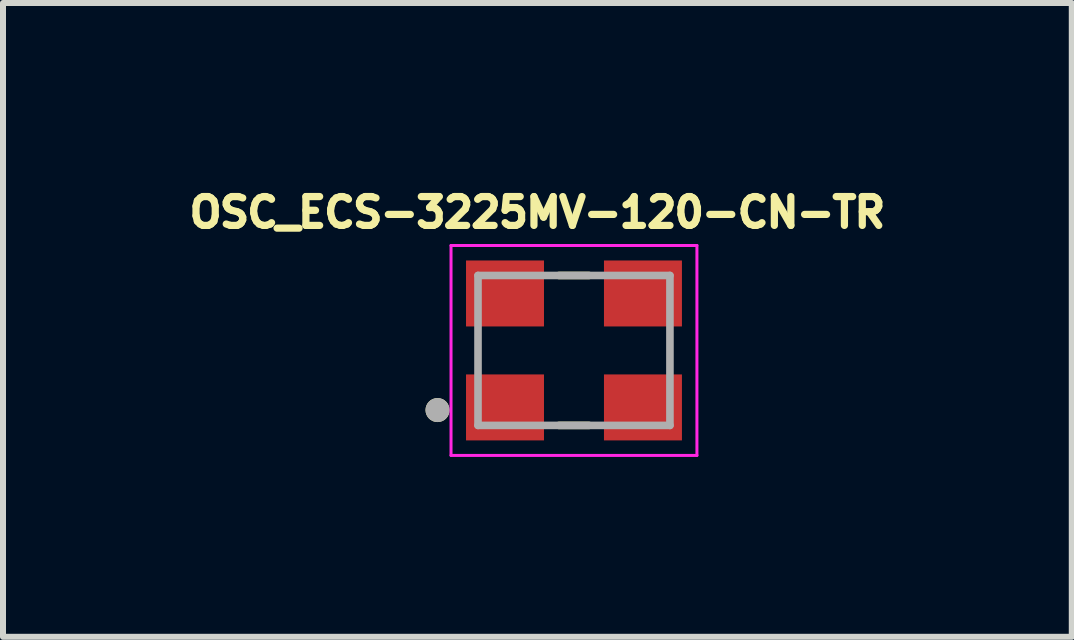
<source format=kicad_pcb>
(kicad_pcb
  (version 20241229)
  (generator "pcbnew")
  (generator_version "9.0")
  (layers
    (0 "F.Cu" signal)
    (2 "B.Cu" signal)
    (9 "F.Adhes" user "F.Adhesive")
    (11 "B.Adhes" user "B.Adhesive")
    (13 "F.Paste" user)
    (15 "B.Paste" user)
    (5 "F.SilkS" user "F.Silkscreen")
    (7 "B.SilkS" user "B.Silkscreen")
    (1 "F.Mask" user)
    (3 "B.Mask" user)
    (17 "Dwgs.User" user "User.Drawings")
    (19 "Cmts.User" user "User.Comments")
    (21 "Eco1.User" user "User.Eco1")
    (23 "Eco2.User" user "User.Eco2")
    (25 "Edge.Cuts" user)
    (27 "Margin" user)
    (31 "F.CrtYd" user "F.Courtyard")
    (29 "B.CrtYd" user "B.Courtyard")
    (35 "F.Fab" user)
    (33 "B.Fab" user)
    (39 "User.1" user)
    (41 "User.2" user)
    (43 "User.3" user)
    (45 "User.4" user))
  (footprint "OSC_ECS-3225MV-120-CN-TR"
    (layer "F.Cu")
    (at 6.52 2.793)
    (property "Reference" "OSC_ECS-3225MV-120-CN-TR" (at -0.61 -2.301 0) (layer "F.SilkS") (effects (font (size 0.481 0.481) (thickness 0.15))))
    (attr smd)
    (fp_line (start -0.25 -1.25) (end 0.25 -1.25) (stroke (width 0.127) (type solid)) (layer "F.SilkS"))
    (fp_line (start -0.25 1.25) (end 0.25 1.25) (stroke (width 0.127) (type solid)) (layer "F.SilkS"))
    (fp_circle (center -2.275 0.994) (end -2.175 0.994) (stroke (width 0.2) (type solid)) (fill no) (layer "F.SilkS"))
    (fp_line (start -2.05 -1.75) (end 2.05 -1.75) (stroke (width 0.05) (type solid)) (layer "F.CrtYd"))
    (fp_line (start -2.05 1.75) (end -2.05 -1.75) (stroke (width 0.05) (type solid)) (layer "F.CrtYd"))
    (fp_line (start 2.05 -1.75) (end 2.05 1.75) (stroke (width 0.05) (type solid)) (layer "F.CrtYd"))
    (fp_line (start 2.05 1.75) (end -2.05 1.75) (stroke (width 0.05) (type solid)) (layer "F.CrtYd"))
    (fp_line (start -1.6 -1.25) (end 1.6 -1.25) (stroke (width 0.127) (type solid)) (layer "F.Fab"))
    (fp_line (start -1.6 1.25) (end -1.6 -1.25) (stroke (width 0.127) (type solid)) (layer "F.Fab"))
    (fp_line (start 1.6 -1.25) (end 1.6 1.25) (stroke (width 0.127) (type solid)) (layer "F.Fab"))
    (fp_line (start 1.6 1.25) (end -1.6 1.25) (stroke (width 0.127) (type solid)) (layer "F.Fab"))
    (fp_circle (center -2.275 0.994) (end -2.175 0.994) (stroke (width 0.2) (type solid)) (fill no) (layer "F.Fab"))
    (pad "1" smd rect (at -1.15 0.95) (size 1.3 1.1) (layers "F.Cu" "F.Mask" "F.Paste"))
    (pad "2" smd rect (at 1.15 0.95) (size 1.3 1.1) (layers "F.Cu" "F.Mask" "F.Paste"))
    (pad "3" smd rect (at 1.15 -0.95) (size 1.3 1.1) (layers "F.Cu" "F.Mask" "F.Paste"))
    (pad "4" smd rect (at -1.15 -0.95) (size 1.3 1.1) (layers "F.Cu" "F.Mask" "F.Paste")))
  (gr_rect
    (start -3 -3)
    (end 14.82 7.568)
    (stroke (width 0.1) (type default))
    (fill no)
    (layer "Edge.Cuts")))
</source>
